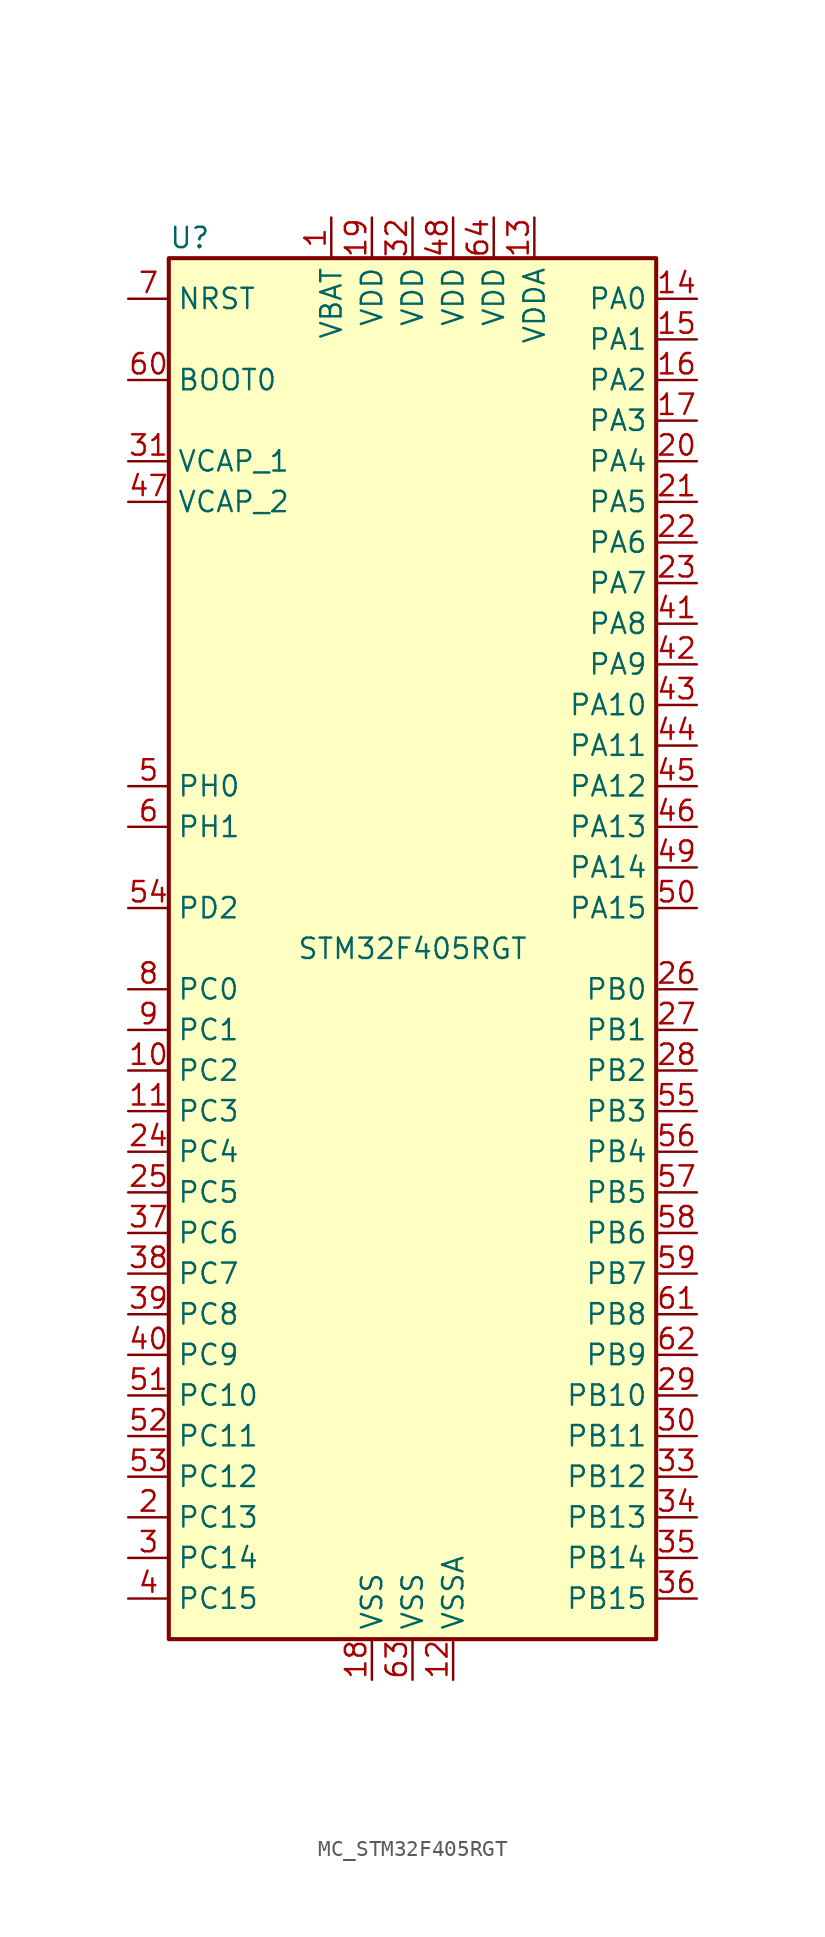
<source format=kicad_sym>
(kicad_symbol_lib
  (version 20220914)
  (generator kicad_symbol_editor)
  (symbol "MC_STM32F405RGT"
    (property "Reference" "U"
      (at -15.24 44.45 0)
      (effects (font (size 1.27 1.27)) (justify left)))
    (property "Value" "STM32F405RGT"
      (at 0 0 0)
      (effects (font (size 1.27 1.27))))
    (symbol "MC_STM32F405RGT_0_1"
      (rectangle (start -15.24 -43.18) (end 15.24 43.18) (stroke (width 0.254) (type default)) (fill (type background))))
    (symbol "MC_STM32F405RGT_1_1"
      (pin power_in line (at -5.08 45.72 270) (length 2.54) (name "VBAT" (effects (font (size 1.27 1.27)))) (number "1" (effects (font (size 1.27 1.27)))))
      (pin bidirectional line (at -17.78 -7.62 0) (length 2.54) (name "PC2" (effects (font (size 1.27 1.27)))) (number "10" (effects (font (size 1.27 1.27)))))
      (pin bidirectional line (at -17.78 -10.16 0) (length 2.54) (name "PC3" (effects (font (size 1.27 1.27)))) (number "11" (effects (font (size 1.27 1.27)))))
      (pin power_in line (at 2.54 -45.72 90) (length 2.54) (name "VSSA" (effects (font (size 1.27 1.27)))) (number "12" (effects (font (size 1.27 1.27)))))
      (pin power_in line (at 7.62 45.72 270) (length 2.54) (name "VDDA" (effects (font (size 1.27 1.27)))) (number "13" (effects (font (size 1.27 1.27)))))
      (pin bidirectional line (at 17.78 40.64 180) (length 2.54) (name "PA0" (effects (font (size 1.27 1.27)))) (number "14" (effects (font (size 1.27 1.27)))))
      (pin bidirectional line (at 17.78 38.1 180) (length 2.54) (name "PA1" (effects (font (size 1.27 1.27)))) (number "15" (effects (font (size 1.27 1.27)))))
      (pin bidirectional line (at 17.78 35.56 180) (length 2.54) (name "PA2" (effects (font (size 1.27 1.27)))) (number "16" (effects (font (size 1.27 1.27)))))
      (pin bidirectional line (at 17.78 33.02 180) (length 2.54) (name "PA3" (effects (font (size 1.27 1.27)))) (number "17" (effects (font (size 1.27 1.27)))))
      (pin power_in line (at -2.54 -45.72 90) (length 2.54) (name "VSS" (effects (font (size 1.27 1.27)))) (number "18" (effects (font (size 1.27 1.27)))))
      (pin power_in line (at -2.54 45.72 270) (length 2.54) (name "VDD" (effects (font (size 1.27 1.27)))) (number "19" (effects (font (size 1.27 1.27)))))
      (pin bidirectional line (at -17.78 -35.56 0) (length 2.54) (name "PC13" (effects (font (size 1.27 1.27)))) (number "2" (effects (font (size 1.27 1.27)))))
      (pin bidirectional line (at 17.78 30.48 180) (length 2.54) (name "PA4" (effects (font (size 1.27 1.27)))) (number "20" (effects (font (size 1.27 1.27)))))
      (pin bidirectional line (at 17.78 27.94 180) (length 2.54) (name "PA5" (effects (font (size 1.27 1.27)))) (number "21" (effects (font (size 1.27 1.27)))))
      (pin bidirectional line (at 17.78 25.4 180) (length 2.54) (name "PA6" (effects (font (size 1.27 1.27)))) (number "22" (effects (font (size 1.27 1.27)))))
      (pin bidirectional line (at 17.78 22.86 180) (length 2.54) (name "PA7" (effects (font (size 1.27 1.27)))) (number "23" (effects (font (size 1.27 1.27)))))
      (pin bidirectional line (at -17.78 -12.7 0) (length 2.54) (name "PC4" (effects (font (size 1.27 1.27)))) (number "24" (effects (font (size 1.27 1.27)))))
      (pin bidirectional line (at -17.78 -15.24 0) (length 2.54) (name "PC5" (effects (font (size 1.27 1.27)))) (number "25" (effects (font (size 1.27 1.27)))))
      (pin bidirectional line (at 17.78 -2.54 180) (length 2.54) (name "PB0" (effects (font (size 1.27 1.27)))) (number "26" (effects (font (size 1.27 1.27)))))
      (pin bidirectional line (at 17.78 -5.08 180) (length 2.54) (name "PB1" (effects (font (size 1.27 1.27)))) (number "27" (effects (font (size 1.27 1.27)))))
      (pin bidirectional line (at 17.78 -7.62 180) (length 2.54) (name "PB2" (effects (font (size 1.27 1.27)))) (number "28" (effects (font (size 1.27 1.27)))))
      (pin bidirectional line (at 17.78 -27.94 180) (length 2.54) (name "PB10" (effects (font (size 1.27 1.27)))) (number "29" (effects (font (size 1.27 1.27)))))
      (pin bidirectional line (at -17.78 -38.1 0) (length 2.54) (name "PC14" (effects (font (size 1.27 1.27)))) (number "3" (effects (font (size 1.27 1.27)))))
      (pin bidirectional line (at 17.78 -30.48 180) (length 2.54) (name "PB11" (effects (font (size 1.27 1.27)))) (number "30" (effects (font (size 1.27 1.27)))))
      (pin power_in line (at -17.78 30.48 0) (length 2.54) (name "VCAP_1" (effects (font (size 1.27 1.27)))) (number "31" (effects (font (size 1.27 1.27)))))
      (pin power_in line (at 0 45.72 270) (length 2.54) (name "VDD" (effects (font (size 1.27 1.27)))) (number "32" (effects (font (size 1.27 1.27)))))
      (pin bidirectional line (at 17.78 -33.02 180) (length 2.54) (name "PB12" (effects (font (size 1.27 1.27)))) (number "33" (effects (font (size 1.27 1.27)))))
      (pin bidirectional line (at 17.78 -35.56 180) (length 2.54) (name "PB13" (effects (font (size 1.27 1.27)))) (number "34" (effects (font (size 1.27 1.27)))))
      (pin bidirectional line (at 17.78 -38.1 180) (length 2.54) (name "PB14" (effects (font (size 1.27 1.27)))) (number "35" (effects (font (size 1.27 1.27)))))
      (pin bidirectional line (at 17.78 -40.64 180) (length 2.54) (name "PB15" (effects (font (size 1.27 1.27)))) (number "36" (effects (font (size 1.27 1.27)))))
      (pin bidirectional line (at -17.78 -17.78 0) (length 2.54) (name "PC6" (effects (font (size 1.27 1.27)))) (number "37" (effects (font (size 1.27 1.27)))))
      (pin bidirectional line (at -17.78 -20.32 0) (length 2.54) (name "PC7" (effects (font (size 1.27 1.27)))) (number "38" (effects (font (size 1.27 1.27)))))
      (pin bidirectional line (at -17.78 -22.86 0) (length 2.54) (name "PC8" (effects (font (size 1.27 1.27)))) (number "39" (effects (font (size 1.27 1.27)))))
      (pin bidirectional line (at -17.78 -40.64 0) (length 2.54) (name "PC15" (effects (font (size 1.27 1.27)))) (number "4" (effects (font (size 1.27 1.27)))))
      (pin bidirectional line (at -17.78 -25.4 0) (length 2.54) (name "PC9" (effects (font (size 1.27 1.27)))) (number "40" (effects (font (size 1.27 1.27)))))
      (pin bidirectional line (at 17.78 20.32 180) (length 2.54) (name "PA8" (effects (font (size 1.27 1.27)))) (number "41" (effects (font (size 1.27 1.27)))))
      (pin bidirectional line (at 17.78 17.78 180) (length 2.54) (name "PA9" (effects (font (size 1.27 1.27)))) (number "42" (effects (font (size 1.27 1.27)))))
      (pin bidirectional line (at 17.78 15.24 180) (length 2.54) (name "PA10" (effects (font (size 1.27 1.27)))) (number "43" (effects (font (size 1.27 1.27)))))
      (pin bidirectional line (at 17.78 12.7 180) (length 2.54) (name "PA11" (effects (font (size 1.27 1.27)))) (number "44" (effects (font (size 1.27 1.27)))))
      (pin bidirectional line (at 17.78 10.16 180) (length 2.54) (name "PA12" (effects (font (size 1.27 1.27)))) (number "45" (effects (font (size 1.27 1.27)))))
      (pin bidirectional line (at 17.78 7.62 180) (length 2.54) (name "PA13" (effects (font (size 1.27 1.27)))) (number "46" (effects (font (size 1.27 1.27)))))
      (pin power_in line (at -17.78 27.94 0) (length 2.54) (name "VCAP_2" (effects (font (size 1.27 1.27)))) (number "47" (effects (font (size 1.27 1.27)))))
      (pin power_in line (at 2.54 45.72 270) (length 2.54) (name "VDD" (effects (font (size 1.27 1.27)))) (number "48" (effects (font (size 1.27 1.27)))))
      (pin bidirectional line (at 17.78 5.08 180) (length 2.54) (name "PA14" (effects (font (size 1.27 1.27)))) (number "49" (effects (font (size 1.27 1.27)))))
      (pin input line (at -17.78 10.16 0) (length 2.54) (name "PH0" (effects (font (size 1.27 1.27)))) (number "5" (effects (font (size 1.27 1.27)))))
      (pin bidirectional line (at 17.78 2.54 180) (length 2.54) (name "PA15" (effects (font (size 1.27 1.27)))) (number "50" (effects (font (size 1.27 1.27)))))
      (pin bidirectional line (at -17.78 -27.94 0) (length 2.54) (name "PC10" (effects (font (size 1.27 1.27)))) (number "51" (effects (font (size 1.27 1.27)))))
      (pin bidirectional line (at -17.78 -30.48 0) (length 2.54) (name "PC11" (effects (font (size 1.27 1.27)))) (number "52" (effects (font (size 1.27 1.27)))))
      (pin bidirectional line (at -17.78 -33.02 0) (length 2.54) (name "PC12" (effects (font (size 1.27 1.27)))) (number "53" (effects (font (size 1.27 1.27)))))
      (pin bidirectional line (at -17.78 2.54 0) (length 2.54) (name "PD2" (effects (font (size 1.27 1.27)))) (number "54" (effects (font (size 1.27 1.27)))))
      (pin bidirectional line (at 17.78 -10.16 180) (length 2.54) (name "PB3" (effects (font (size 1.27 1.27)))) (number "55" (effects (font (size 1.27 1.27)))))
      (pin bidirectional line (at 17.78 -12.7 180) (length 2.54) (name "PB4" (effects (font (size 1.27 1.27)))) (number "56" (effects (font (size 1.27 1.27)))))
      (pin bidirectional line (at 17.78 -15.24 180) (length 2.54) (name "PB5" (effects (font (size 1.27 1.27)))) (number "57" (effects (font (size 1.27 1.27)))))
      (pin bidirectional line (at 17.78 -17.78 180) (length 2.54) (name "PB6" (effects (font (size 1.27 1.27)))) (number "58" (effects (font (size 1.27 1.27)))))
      (pin bidirectional line (at 17.78 -20.32 180) (length 2.54) (name "PB7" (effects (font (size 1.27 1.27)))) (number "59" (effects (font (size 1.27 1.27)))))
      (pin input line (at -17.78 7.62 0) (length 2.54) (name "PH1" (effects (font (size 1.27 1.27)))) (number "6" (effects (font (size 1.27 1.27)))))
      (pin input line (at -17.78 35.56 0) (length 2.54) (name "BOOT0" (effects (font (size 1.27 1.27)))) (number "60" (effects (font (size 1.27 1.27)))))
      (pin bidirectional line (at 17.78 -22.86 180) (length 2.54) (name "PB8" (effects (font (size 1.27 1.27)))) (number "61" (effects (font (size 1.27 1.27)))))
      (pin bidirectional line (at 17.78 -25.4 180) (length 2.54) (name "PB9" (effects (font (size 1.27 1.27)))) (number "62" (effects (font (size 1.27 1.27)))))
      (pin power_in line (at 0 -45.72 90) (length 2.54) (name "VSS" (effects (font (size 1.27 1.27)))) (number "63" (effects (font (size 1.27 1.27)))))
      (pin power_in line (at 5.08 45.72 270) (length 2.54) (name "VDD" (effects (font (size 1.27 1.27)))) (number "64" (effects (font (size 1.27 1.27)))))
      (pin input line (at -17.78 40.64 0) (length 2.54) (name "NRST" (effects (font (size 1.27 1.27)))) (number "7" (effects (font (size 1.27 1.27)))))
      (pin bidirectional line (at -17.78 -2.54 0) (length 2.54) (name "PC0" (effects (font (size 1.27 1.27)))) (number "8" (effects (font (size 1.27 1.27)))))
      (pin bidirectional line (at -17.78 -5.08 0) (length 2.54) (name "PC1" (effects (font (size 1.27 1.27)))) (number "9" (effects (font (size 1.27 1.27))))))))
</source>
